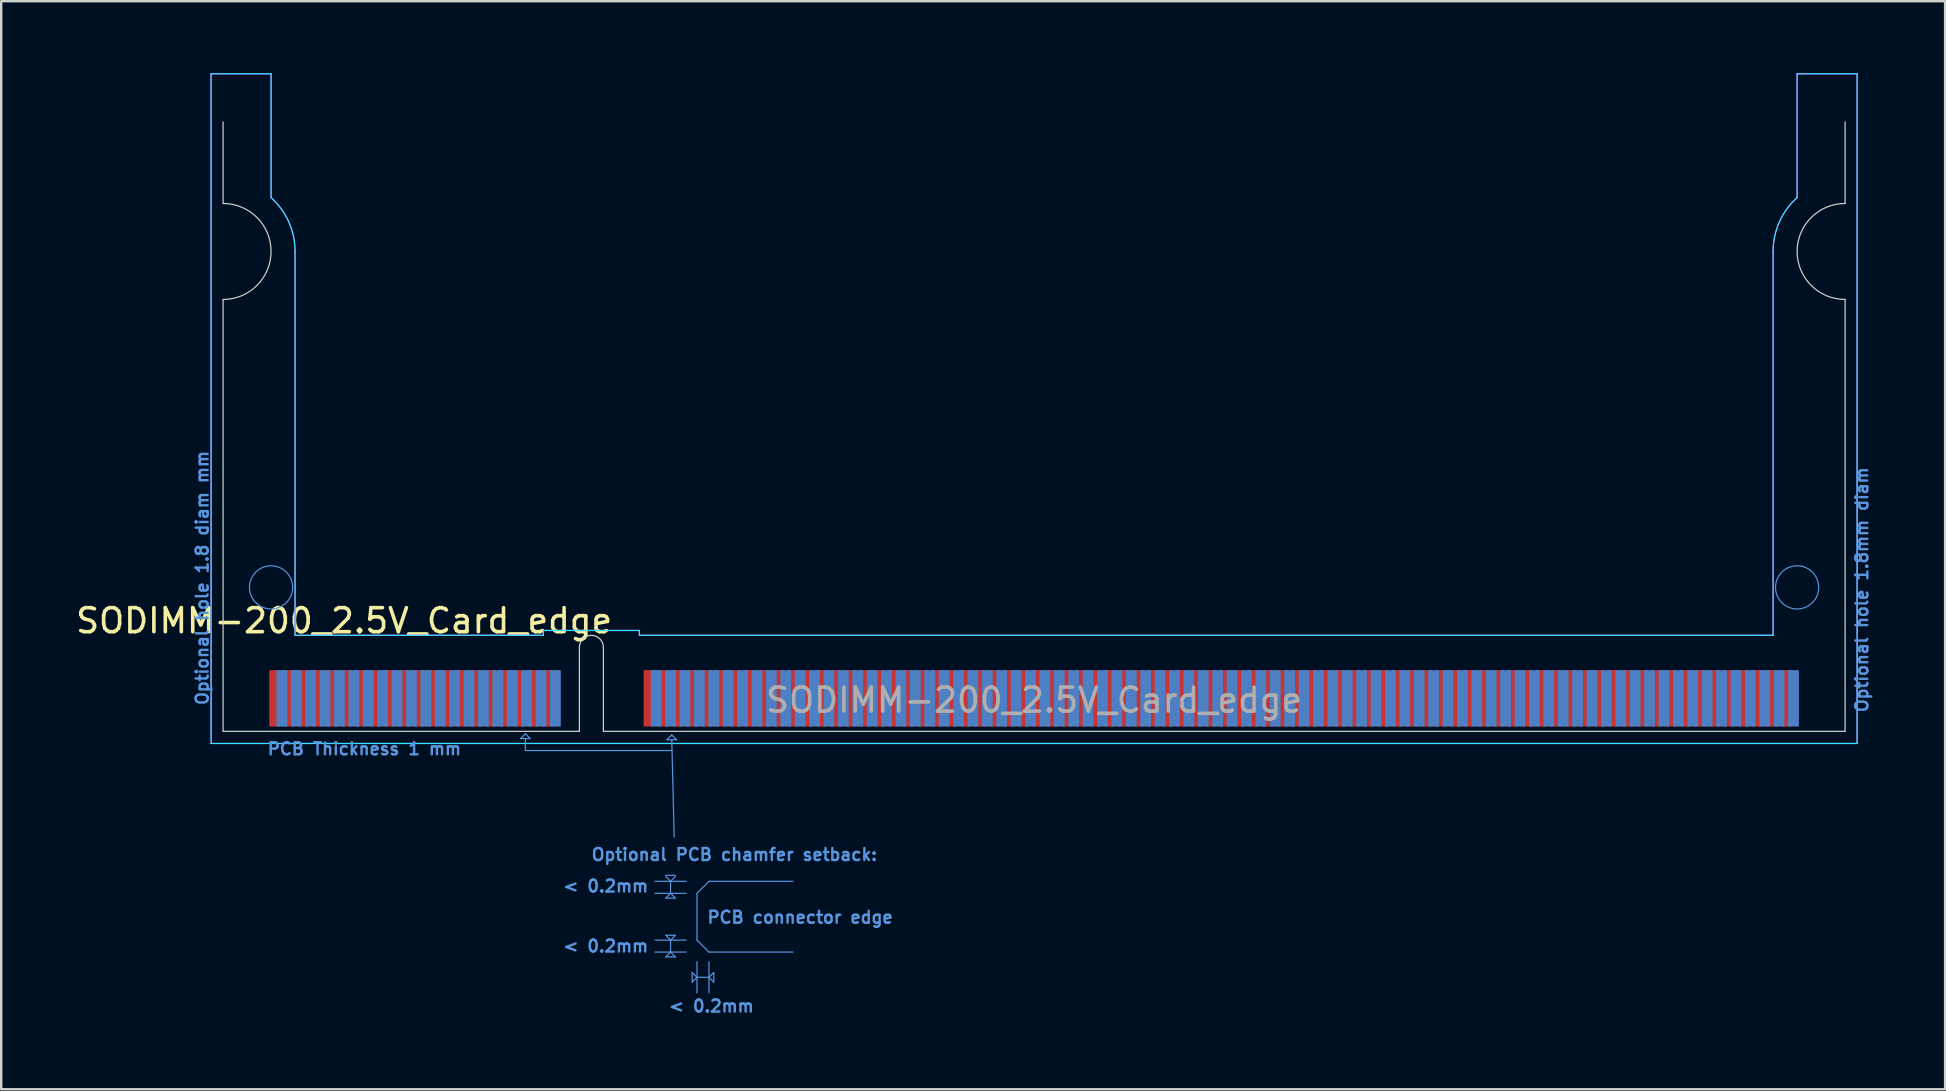
<source format=kicad_pcb>
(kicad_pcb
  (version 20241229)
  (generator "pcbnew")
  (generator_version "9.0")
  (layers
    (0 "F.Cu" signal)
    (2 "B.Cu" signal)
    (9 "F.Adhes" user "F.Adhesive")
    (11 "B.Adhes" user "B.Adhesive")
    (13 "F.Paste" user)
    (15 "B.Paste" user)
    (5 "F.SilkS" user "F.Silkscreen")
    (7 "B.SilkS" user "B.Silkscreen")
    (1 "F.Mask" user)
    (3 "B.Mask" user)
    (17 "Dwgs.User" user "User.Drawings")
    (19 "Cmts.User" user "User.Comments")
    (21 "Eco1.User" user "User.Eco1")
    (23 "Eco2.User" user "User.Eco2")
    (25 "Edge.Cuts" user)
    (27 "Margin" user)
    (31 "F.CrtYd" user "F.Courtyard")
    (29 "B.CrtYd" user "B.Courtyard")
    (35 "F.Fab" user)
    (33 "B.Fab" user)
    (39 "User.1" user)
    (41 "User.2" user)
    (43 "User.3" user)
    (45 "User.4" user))
  (footprint "SODIMM-200_2.5V_Card_edge"
    (layer "F.Cu")
    (at 8.397 26.055)
    (property "Reference" "SODIMM-200_2.5V_Card_edge" (at 2.895 -3.235 0) (layer "F.SilkS") (effects (font (size 1 1) (thickness 0.15))))
    (attr exclude_from_pos_files exclude_from_bom allow_soldermask_bridges)
    (fp_rect (start -0.352 -1.302) (end 12.7 1.302) (stroke (width 0) (type solid)) (fill yes) (layer "F.Mask"))
    (fp_rect (start 13.7 -1.302) (end 63.352 1.302) (stroke (width 0) (type solid)) (fill yes) (layer "F.Mask"))
    (fp_rect (start -0.052 -1.302) (end 12.7 1.302) (stroke (width 0) (type solid)) (fill yes) (layer "B.Mask"))
    (fp_rect (start 13.7 -1.302) (end 63.652 1.302) (stroke (width 0) (type solid)) (fill yes) (layer "B.Mask"))
    (fp_line (start 10.25 1.675) (end 10.45 1.475) (stroke (width 0.05) (type default)) (layer "Cmts.User"))
    (fp_line (start 10.45 1.475) (end 10.65 1.675) (stroke (width 0.05) (type default)) (layer "Cmts.User"))
    (fp_line (start 10.45 1.675) (end 10.45 2.175) (stroke (width 0.05) (type default)) (layer "Cmts.User"))
    (fp_line (start 10.45 2.175) (end 16.55 2.175) (stroke (width 0.05) (type default)) (layer "Cmts.User"))
    (fp_line (start 10.65 1.675) (end 10.25 1.675) (stroke (width 0.05) (type default)) (layer "Cmts.User"))
    (fp_line (start 15.85 7.625) (end 17.15 7.625) (stroke (width 0.05) (type default)) (layer "Cmts.User"))
    (fp_line (start 15.85 8.125) (end 17.15 8.125) (stroke (width 0.05) (type default)) (layer "Cmts.User"))
    (fp_line (start 15.85 10.075) (end 17.15 10.075) (stroke (width 0.05) (type default)) (layer "Cmts.User"))
    (fp_line (start 15.85 10.575) (end 17.15 10.575) (stroke (width 0.05) (type default)) (layer "Cmts.User"))
    (fp_line (start 16.3 7.375) (end 16.7 7.375) (stroke (width 0.05) (type default)) (layer "Cmts.User"))
    (fp_line (start 16.3 8.325) (end 16.5 8.125) (stroke (width 0.05) (type default)) (layer "Cmts.User"))
    (fp_line (start 16.3 9.875) (end 16.7 9.875) (stroke (width 0.05) (type default)) (layer "Cmts.User"))
    (fp_line (start 16.3 10.775) (end 16.5 10.575) (stroke (width 0.05) (type default)) (layer "Cmts.User"))
    (fp_line (start 16.35 1.725) (end 16.55 1.525) (stroke (width 0.05) (type default)) (layer "Cmts.User"))
    (fp_line (start 16.5 7.625) (end 16.3 7.425) (stroke (width 0.05) (type default)) (layer "Cmts.User"))
    (fp_line (start 16.5 8.125) (end 16.5 7.625) (stroke (width 0.05) (type default)) (layer "Cmts.User"))
    (fp_line (start 16.5 8.125) (end 16.7 8.325) (stroke (width 0.05) (type default)) (layer "Cmts.User"))
    (fp_line (start 16.5 10.075) (end 16.3 9.875) (stroke (width 0.05) (type default)) (layer "Cmts.User"))
    (fp_line (start 16.5 10.575) (end 16.5 10.075) (stroke (width 0.05) (type default)) (layer "Cmts.User"))
    (fp_line (start 16.5 10.575) (end 16.7 10.775) (stroke (width 0.05) (type default)) (layer "Cmts.User"))
    (fp_line (start 16.55 1.525) (end 16.75 1.725) (stroke (width 0.05) (type default)) (layer "Cmts.User"))
    (fp_line (start 16.55 1.725) (end 16.65 5.775) (stroke (width 0.05) (type default)) (layer "Cmts.User"))
    (fp_line (start 16.7 7.425) (end 16.5 7.625) (stroke (width 0.05) (type default)) (layer "Cmts.User"))
    (fp_line (start 16.7 8.325) (end 16.3 8.325) (stroke (width 0.05) (type default)) (layer "Cmts.User"))
    (fp_line (start 16.7 9.875) (end 16.5 10.075) (stroke (width 0.05) (type default)) (layer "Cmts.User"))
    (fp_line (start 16.7 10.775) (end 16.3 10.775) (stroke (width 0.05) (type default)) (layer "Cmts.User"))
    (fp_line (start 16.75 1.725) (end 16.35 1.725) (stroke (width 0.05) (type default)) (layer "Cmts.User"))
    (fp_line (start 17.4 11.425) (end 17.6 11.625) (stroke (width 0.05) (type default)) (layer "Cmts.User"))
    (fp_line (start 17.4 11.825) (end 17.4 11.425) (stroke (width 0.05) (type default)) (layer "Cmts.User"))
    (fp_line (start 17.6 8.125) (end 17.6 10.075) (stroke (width 0.05) (type default)) (layer "Cmts.User"))
    (fp_line (start 17.6 10.975) (end 17.6 12.275) (stroke (width 0.05) (type default)) (layer "Cmts.User"))
    (fp_line (start 17.6 11.625) (end 17.4 11.825) (stroke (width 0.05) (type default)) (layer "Cmts.User"))
    (fp_line (start 17.6 11.625) (end 18.1 11.625) (stroke (width 0.05) (type default)) (layer "Cmts.User"))
    (fp_line (start 18.1 7.625) (end 17.6 8.125) (stroke (width 0.05) (type default)) (layer "Cmts.User"))
    (fp_line (start 18.1 7.625) (end 21.6 7.625) (stroke (width 0.05) (type default)) (layer "Cmts.User"))
    (fp_line (start 18.1 10.575) (end 17.6 10.075) (stroke (width 0.05) (type default)) (layer "Cmts.User"))
    (fp_line (start 18.1 10.575) (end 21.6 10.575) (stroke (width 0.05) (type default)) (layer "Cmts.User"))
    (fp_line (start 18.1 10.975) (end 18.1 12.275) (stroke (width 0.05) (type default)) (layer "Cmts.User"))
    (fp_line (start 18.1 11.625) (end 18.3 11.425) (stroke (width 0.05) (type default)) (layer "Cmts.User"))
    (fp_line (start 18.3 11.425) (end 18.3 11.825) (stroke (width 0.05) (type default)) (layer "Cmts.User"))
    (fp_line (start 18.3 11.825) (end 18.1 11.625) (stroke (width 0.05) (type default)) (layer "Cmts.User"))
    (fp_circle (center -0.15 -4.625) (end 0.75 -4.625) (stroke (width 0.05) (type default)) (fill no) (layer "Cmts.User"))
    (fp_circle (center 63.45 -4.625) (end 64.35 -4.625) (stroke (width 0.05) (type default)) (fill no) (layer "Cmts.User"))
    (fp_line (start -2.15 -20.625) (end -2.15 -24.025) (stroke (width 0.05) (type default)) (layer "Edge.Cuts"))
    (fp_line (start -2.15 1.375) (end -2.15 -16.625) (stroke (width 0.05) (type solid)) (layer "Edge.Cuts"))
    (fp_line (start 12.7 1.375) (end -2.15 1.375) (stroke (width 0.05) (type default)) (layer "Edge.Cuts"))
    (fp_line (start 12.7 1.375) (end 12.7 -2.125) (stroke (width 0.05) (type solid)) (layer "Edge.Cuts"))
    (fp_line (start 13.7 -2.125) (end 13.7 1.375) (stroke (width 0.05) (type solid)) (layer "Edge.Cuts"))
    (fp_line (start 13.7 1.375) (end 65.45 1.375) (stroke (width 0.05) (type default)) (layer "Edge.Cuts"))
    (fp_line (start 65.45 -20.625) (end 65.45 -24.025) (stroke (width 0.05) (type default)) (layer "Edge.Cuts"))
    (fp_line (start 65.45 1.375) (end 65.45 -16.625) (stroke (width 0.05) (type solid)) (layer "Edge.Cuts"))
    (fp_arc (start -2.15 -20.625) (mid -0.15 -18.625) (end -2.15 -16.625) (stroke (width 0.05) (type solid)) (layer "Edge.Cuts"))
    (fp_arc (start 12.7 -2.125) (mid 13.2 -2.625) (end 13.7 -2.125) (stroke (width 0.05) (type solid)) (layer "Edge.Cuts"))
    (fp_arc (start 65.45 -16.625) (mid 63.45 -18.625) (end 65.45 -20.625) (stroke (width 0.05) (type solid)) (layer "Edge.Cuts"))
    (fp_line (start -2.65 -26.03) (end -2.65 1.88) (stroke (width 0.05) (type default)) (layer "B.CrtYd"))
    (fp_line (start -2.65 -26.03) (end -0.15 -26.03) (stroke (width 0.05) (type default)) (layer "B.CrtYd"))
    (fp_line (start -0.15 -20.87) (end -0.15 -26.03) (stroke (width 0.05) (type default)) (layer "B.CrtYd"))
    (fp_line (start 0.85 -18.63) (end 0.85 -2.63) (stroke (width 0.05) (type default)) (layer "B.CrtYd"))
    (fp_line (start 0.85 -2.63) (end 11.2 -2.63) (stroke (width 0.05) (type default)) (layer "B.CrtYd"))
    (fp_line (start 11.2 -2.83) (end 15.2 -2.83) (stroke (width 0.05) (type default)) (layer "B.CrtYd"))
    (fp_line (start 11.2 -2.63) (end 11.2 -2.83) (stroke (width 0.05) (type default)) (layer "B.CrtYd"))
    (fp_line (start 15.2 -2.83) (end 15.2 -2.63) (stroke (width 0.05) (type default)) (layer "B.CrtYd"))
    (fp_line (start 15.2 -2.63) (end 62.45 -2.63) (stroke (width 0.05) (type default)) (layer "B.CrtYd"))
    (fp_line (start 62.45 -18.63) (end 62.45 -2.63) (stroke (width 0.05) (type default)) (layer "B.CrtYd"))
    (fp_line (start 63.45 -20.87) (end 63.45 -26.03) (stroke (width 0.05) (type default)) (layer "B.CrtYd"))
    (fp_line (start 65.95 -26.03) (end 63.45 -26.03) (stroke (width 0.05) (type default)) (layer "B.CrtYd"))
    (fp_line (start 65.95 -26.03) (end 65.95 1.88) (stroke (width 0.05) (type default)) (layer "B.CrtYd"))
    (fp_line (start 65.95 1.88) (end -2.65 1.88) (stroke (width 0.05) (type default)) (layer "B.CrtYd"))
    (fp_arc (start -0.15 -20.87) (mid 0.588474 -19.856462) (end 0.85 -18.63) (stroke (width 0.05) (type default)) (layer "B.CrtYd"))
    (fp_arc (start 62.45 -18.63) (mid 62.711526 -19.856462) (end 63.45 -20.87) (stroke (width 0.05) (type default)) (layer "B.CrtYd"))
    (fp_line (start -2.65 -26.03) (end -2.65 1.88) (stroke (width 0.05) (type default)) (layer "F.CrtYd"))
    (fp_line (start -2.65 -26.03) (end -0.15 -26.03) (stroke (width 0.05) (type default)) (layer "F.CrtYd"))
    (fp_line (start -0.15 -20.87) (end -0.15 -26.03) (stroke (width 0.05) (type default)) (layer "F.CrtYd"))
    (fp_line (start 0.85 -2.63) (end 0.85 -18.63) (stroke (width 0.05) (type default)) (layer "F.CrtYd"))
    (fp_line (start 0.85 -2.63) (end 11.2 -2.63) (stroke (width 0.05) (type default)) (layer "F.CrtYd"))
    (fp_line (start 11.2 -2.83) (end 15.2 -2.83) (stroke (width 0.05) (type default)) (layer "F.CrtYd"))
    (fp_line (start 11.2 -2.63) (end 11.2 -2.83) (stroke (width 0.05) (type default)) (layer "F.CrtYd"))
    (fp_line (start 15.2 -2.83) (end 15.2 -2.63) (stroke (width 0.05) (type default)) (layer "F.CrtYd"))
    (fp_line (start 15.2 -2.63) (end 62.45 -2.63) (stroke (width 0.05) (type default)) (layer "F.CrtYd"))
    (fp_line (start 62.45 -2.63) (end 62.45 -18.63) (stroke (width 0.05) (type default)) (layer "F.CrtYd"))
    (fp_line (start 63.45 -20.87) (end 63.45 -26.03) (stroke (width 0.05) (type default)) (layer "F.CrtYd"))
    (fp_line (start 65.95 -26.03) (end 63.45 -26.03) (stroke (width 0.05) (type default)) (layer "F.CrtYd"))
    (fp_line (start 65.95 -26.03) (end 65.95 1.88) (stroke (width 0.05) (type default)) (layer "F.CrtYd"))
    (fp_line (start 65.95 1.88) (end -2.65 1.88) (stroke (width 0.05) (type default)) (layer "F.CrtYd"))
    (fp_arc (start -0.15 -20.87) (mid 0.588474 -19.856462) (end 0.85 -18.63) (stroke (width 0.05) (type default)) (layer "F.CrtYd"))
    (fp_arc (start 62.45 -18.63) (mid 62.711526 -19.856462) (end 63.45 -20.87) (stroke (width 0.05) (type default)) (layer "F.CrtYd"))
    (fp_text user "Optional PCB chamfer setback:" (at 19.16 6.51 180) (layer "Cmts.User") (effects (font (size 0.5 0.5) (thickness 0.1))))
    (fp_text user "< 0.2mm" (at 18.2 12.825 180) (layer "Cmts.User") (effects (font (size 0.5 0.5) (thickness 0.1))))
    (fp_text user "< 0.2mm" (at 13.8 7.825 180) (layer "Cmts.User") (effects (font (size 0.5 0.5) (thickness 0.1))))
    (fp_text user "Optional hole 1.8mm diam" (at 66.15 -4.53 90) (unlocked yes) (layer "Cmts.User") (effects (font (size 0.5 0.5) (thickness 0.1))))
    (fp_text user "PCB connector edge" (at 21.9 9.125 180) (layer "Cmts.User") (effects (font (size 0.5 0.5) (thickness 0.1))))
    (fp_text user "< 0.2mm" (at 13.8 10.325 180) (layer "Cmts.User") (effects (font (size 0.5 0.5) (thickness 0.1))))
    (fp_text user "Optional hole 1.8 diam mm" (at -3.02 -5.02 90) (unlocked yes) (layer "Cmts.User") (effects (font (size 0.5 0.5) (thickness 0.1))))
    (fp_text user "PCB Thickness 1 mm" (at 3.74 2.105 180) (layer "Cmts.User") (effects (font (size 0.5 0.5) (thickness 0.1))))
    (fp_text user "${REFERENCE}" (at 31.65 0.075 0) (layer "F.Fab") (effects (font (size 1 1) (thickness 0.15))))
    (pad "1" connect rect (at 0 0) (size 0.45 2.35) (layers "F.Cu" "F.Mask"))
    (pad "2" connect rect (at 0.3 0) (size 0.45 2.35) (layers "B.Cu" "B.Mask"))
    (pad "3" connect rect (at 0.6 0) (size 0.45 2.35) (layers "F.Cu" "F.Mask"))
    (pad "4" connect rect (at 0.9 0) (size 0.45 2.35) (layers "B.Cu" "B.Mask"))
    (pad "5" connect rect (at 1.2 0) (size 0.45 2.35) (layers "F.Cu" "F.Mask"))
    (pad "6" connect rect (at 1.5 0) (size 0.45 2.35) (layers "B.Cu" "B.Mask"))
    (pad "7" connect rect (at 1.8 0) (size 0.45 2.35) (layers "F.Cu" "F.Mask"))
    (pad "8" connect rect (at 2.1 0) (size 0.45 2.35) (layers "B.Cu" "B.Mask"))
    (pad "9" connect rect (at 2.4 0) (size 0.45 2.35) (layers "F.Cu" "F.Mask"))
    (pad "10" connect rect (at 2.7 0) (size 0.45 2.35) (layers "B.Cu" "B.Mask"))
    (pad "11" connect rect (at 3 0) (size 0.45 2.35) (layers "F.Cu" "F.Mask"))
    (pad "12" connect rect (at 3.3 0) (size 0.45 2.35) (layers "B.Cu" "B.Mask"))
    (pad "13" connect rect (at 3.6 0) (size 0.45 2.35) (layers "F.Cu" "F.Mask"))
    (pad "14" connect rect (at 3.9 0) (size 0.45 2.35) (layers "B.Cu" "B.Mask"))
    (pad "15" connect rect (at 4.2 0) (size 0.45 2.35) (layers "F.Cu" "F.Mask"))
    (pad "16" connect rect (at 4.5 0) (size 0.45 2.35) (layers "B.Cu" "B.Mask"))
    (pad "17" connect rect (at 4.8 0) (size 0.45 2.35) (layers "F.Cu" "F.Mask"))
    (pad "18" connect rect (at 5.1 0) (size 0.45 2.35) (layers "B.Cu" "B.Mask"))
    (pad "19" connect rect (at 5.4 0) (size 0.45 2.35) (layers "F.Cu" "F.Mask"))
    (pad "20" connect rect (at 5.7 0) (size 0.45 2.35) (layers "B.Cu" "B.Mask"))
    (pad "21" connect rect (at 6 0) (size 0.45 2.35) (layers "F.Cu" "F.Mask"))
    (pad "22" connect rect (at 6.3 0) (size 0.45 2.35) (layers "B.Cu" "B.Mask"))
    (pad "23" connect rect (at 6.6 0) (size 0.45 2.35) (layers "F.Cu" "F.Mask"))
    (pad "24" connect rect (at 6.9 0) (size 0.45 2.35) (layers "B.Cu" "B.Mask"))
    (pad "25" connect rect (at 7.2 0) (size 0.45 2.35) (layers "F.Cu" "F.Mask"))
    (pad "26" connect rect (at 7.5 0) (size 0.45 2.35) (layers "B.Cu" "B.Mask"))
    (pad "27" connect rect (at 7.8 0) (size 0.45 2.35) (layers "F.Cu" "F.Mask"))
    (pad "28" connect rect (at 8.1 0) (size 0.45 2.35) (layers "B.Cu" "B.Mask"))
    (pad "29" connect rect (at 8.4 0) (size 0.45 2.35) (layers "F.Cu" "F.Mask"))
    (pad "30" connect rect (at 8.7 0) (size 0.45 2.35) (layers "B.Cu" "B.Mask"))
    (pad "31" connect rect (at 9 0) (size 0.45 2.35) (layers "F.Cu" "F.Mask"))
    (pad "32" connect rect (at 9.3 0) (size 0.45 2.35) (layers "B.Cu" "B.Mask"))
    (pad "33" connect rect (at 9.6 0) (size 0.45 2.35) (layers "F.Cu" "F.Mask"))
    (pad "34" connect rect (at 9.9 0) (size 0.45 2.35) (layers "B.Cu" "B.Mask"))
    (pad "35" connect rect (at 10.2 0) (size 0.45 2.35) (layers "F.Cu" "F.Mask"))
    (pad "36" connect rect (at 10.5 0) (size 0.45 2.35) (layers "B.Cu" "B.Mask"))
    (pad "37" connect rect (at 10.8 0) (size 0.45 2.35) (layers "F.Cu" "F.Mask"))
    (pad "38" connect rect (at 11.1 0) (size 0.45 2.35) (layers "B.Cu" "B.Mask"))
    (pad "39" connect rect (at 11.4 0) (size 0.45 2.35) (layers "F.Cu" "F.Mask"))
    (pad "40" connect rect (at 11.7 0) (size 0.45 2.35) (layers "B.Cu" "B.Mask"))
    (pad "41" connect rect (at 15.6 0) (size 0.45 2.35) (layers "F.Cu" "F.Mask"))
    (pad "42" connect rect (at 15.9 0) (size 0.45 2.35) (layers "B.Cu" "B.Mask"))
    (pad "43" connect rect (at 16.2 0) (size 0.45 2.35) (layers "F.Cu" "F.Mask"))
    (pad "44" connect rect (at 16.5 0) (size 0.45 2.35) (layers "B.Cu" "B.Mask"))
    (pad "45" connect rect (at 16.8 0) (size 0.45 2.35) (layers "F.Cu" "F.Mask"))
    (pad "46" connect rect (at 17.1 0) (size 0.45 2.35) (layers "B.Cu" "B.Mask"))
    (pad "47" connect rect (at 17.4 0) (size 0.45 2.35) (layers "F.Cu" "F.Mask"))
    (pad "48" connect rect (at 17.7 0) (size 0.45 2.35) (layers "B.Cu" "B.Mask"))
    (pad "49" connect rect (at 18 0) (size 0.45 2.35) (layers "F.Cu" "F.Mask"))
    (pad "50" connect rect (at 18.3 0) (size 0.45 2.35) (layers "B.Cu" "B.Mask"))
    (pad "51" connect rect (at 18.6 0) (size 0.45 2.35) (layers "F.Cu" "F.Mask"))
    (pad "52" connect rect (at 18.9 0) (size 0.45 2.35) (layers "B.Cu" "B.Mask"))
    (pad "53" connect rect (at 19.2 0) (size 0.45 2.35) (layers "F.Cu" "F.Mask"))
    (pad "54" connect rect (at 19.5 0) (size 0.45 2.35) (layers "B.Cu" "B.Mask"))
    (pad "55" connect rect (at 19.8 0) (size 0.45 2.35) (layers "F.Cu" "F.Mask"))
    (pad "56" connect rect (at 20.1 0) (size 0.45 2.35) (layers "B.Cu" "B.Mask"))
    (pad "57" connect rect (at 20.4 0) (size 0.45 2.35) (layers "F.Cu" "F.Mask"))
    (pad "58" connect rect (at 20.7 0) (size 0.45 2.35) (layers "B.Cu" "B.Mask"))
    (pad "59" connect rect (at 21 0) (size 0.45 2.35) (layers "F.Cu" "F.Mask"))
    (pad "60" connect rect (at 21.3 0) (size 0.45 2.35) (layers "B.Cu" "B.Mask"))
    (pad "61" connect rect (at 21.6 0) (size 0.45 2.35) (layers "F.Cu" "F.Mask"))
    (pad "62" connect rect (at 21.9 0) (size 0.45 2.35) (layers "B.Cu" "B.Mask"))
    (pad "63" connect rect (at 22.2 0) (size 0.45 2.35) (layers "F.Cu" "F.Mask"))
    (pad "64" connect rect (at 22.5 0) (size 0.45 2.35) (layers "B.Cu" "B.Mask"))
    (pad "65" connect rect (at 22.8 0) (size 0.45 2.35) (layers "F.Cu" "F.Mask"))
    (pad "66" connect rect (at 23.1 0) (size 0.45 2.35) (layers "B.Cu" "B.Mask"))
    (pad "67" connect rect (at 23.4 0) (size 0.45 2.35) (layers "F.Cu" "F.Mask"))
    (pad "68" connect rect (at 23.7 0) (size 0.45 2.35) (layers "B.Cu" "B.Mask"))
    (pad "69" connect rect (at 24 0) (size 0.45 2.35) (layers "F.Cu" "F.Mask"))
    (pad "70" connect rect (at 24.3 0) (size 0.45 2.35) (layers "B.Cu" "B.Mask"))
    (pad "71" connect rect (at 24.6 0) (size 0.45 2.35) (layers "F.Cu" "F.Mask"))
    (pad "72" connect rect (at 24.9 0) (size 0.45 2.35) (layers "B.Cu" "B.Mask"))
    (pad "73" connect rect (at 25.2 0) (size 0.45 2.35) (layers "F.Cu" "F.Mask"))
    (pad "74" connect rect (at 25.5 0) (size 0.45 2.35) (layers "B.Cu" "B.Mask"))
    (pad "75" connect rect (at 25.8 0) (size 0.45 2.35) (layers "F.Cu" "F.Mask"))
    (pad "76" connect rect (at 26.1 0) (size 0.45 2.35) (layers "B.Cu" "B.Mask"))
    (pad "77" connect rect (at 26.4 0) (size 0.45 2.35) (layers "F.Cu" "F.Mask"))
    (pad "78" connect rect (at 26.7 0) (size 0.45 2.35) (layers "B.Cu" "B.Mask"))
    (pad "79" connect rect (at 27 0) (size 0.45 2.35) (layers "F.Cu" "F.Mask"))
    (pad "80" connect rect (at 27.3 0) (size 0.45 2.35) (layers "B.Cu" "B.Mask"))
    (pad "81" connect rect (at 27.6 0) (size 0.45 2.35) (layers "F.Cu" "F.Mask"))
    (pad "82" connect rect (at 27.9 0) (size 0.45 2.35) (layers "B.Cu" "B.Mask"))
    (pad "83" connect rect (at 28.2 0) (size 0.45 2.35) (layers "F.Cu" "F.Mask"))
    (pad "84" connect rect (at 28.5 0) (size 0.45 2.35) (layers "B.Cu" "B.Mask"))
    (pad "85" connect rect (at 28.8 0) (size 0.45 2.35) (layers "F.Cu" "F.Mask"))
    (pad "86" connect rect (at 29.1 0) (size 0.45 2.35) (layers "B.Cu" "B.Mask"))
    (pad "87" connect rect (at 29.4 0) (size 0.45 2.35) (layers "F.Cu" "F.Mask"))
    (pad "88" connect rect (at 29.7 0) (size 0.45 2.35) (layers "B.Cu" "B.Mask"))
    (pad "89" connect rect (at 30 0) (size 0.45 2.35) (layers "F.Cu" "F.Mask"))
    (pad "90" connect rect (at 30.3 0) (size 0.45 2.35) (layers "B.Cu" "B.Mask"))
    (pad "91" connect rect (at 30.6 0) (size 0.45 2.35) (layers "F.Cu" "F.Mask"))
    (pad "92" connect rect (at 30.9 0) (size 0.45 2.35) (layers "B.Cu" "B.Mask"))
    (pad "93" connect rect (at 31.2 0) (size 0.45 2.35) (layers "F.Cu" "F.Mask"))
    (pad "94" connect rect (at 31.5 0) (size 0.45 2.35) (layers "B.Cu" "B.Mask"))
    (pad "95" connect rect (at 31.8 0) (size 0.45 2.35) (layers "F.Cu" "F.Mask"))
    (pad "96" connect rect (at 32.1 0) (size 0.45 2.35) (layers "B.Cu" "B.Mask"))
    (pad "97" connect rect (at 32.4 0) (size 0.45 2.35) (layers "F.Cu" "F.Mask"))
    (pad "98" connect rect (at 32.7 0) (size 0.45 2.35) (layers "B.Cu" "B.Mask"))
    (pad "99" connect rect (at 33 0) (size 0.45 2.35) (layers "F.Cu" "F.Mask"))
    (pad "100" connect rect (at 33.3 0) (size 0.45 2.35) (layers "B.Cu" "B.Mask"))
    (pad "101" connect rect (at 33.6 0) (size 0.45 2.35) (layers "F.Cu" "F.Mask"))
    (pad "102" connect rect (at 33.9 0) (size 0.45 2.35) (layers "B.Cu" "B.Mask"))
    (pad "103" connect rect (at 34.2 0) (size 0.45 2.35) (layers "F.Cu" "F.Mask"))
    (pad "104" connect rect (at 34.5 0) (size 0.45 2.35) (layers "B.Cu" "B.Mask"))
    (pad "105" connect rect (at 34.8 0) (size 0.45 2.35) (layers "F.Cu" "F.Mask"))
    (pad "106" connect rect (at 35.1 0) (size 0.45 2.35) (layers "B.Cu" "B.Mask"))
    (pad "107" connect rect (at 35.4 0) (size 0.45 2.35) (layers "F.Cu" "F.Mask"))
    (pad "108" connect rect (at 35.7 0) (size 0.45 2.35) (layers "B.Cu" "B.Mask"))
    (pad "109" connect rect (at 36 0) (size 0.45 2.35) (layers "F.Cu" "F.Mask"))
    (pad "110" connect rect (at 36.3 0) (size 0.45 2.35) (layers "B.Cu" "B.Mask"))
    (pad "111" connect rect (at 36.6 0) (size 0.45 2.35) (layers "F.Cu" "F.Mask"))
    (pad "112" connect rect (at 36.9 0) (size 0.45 2.35) (layers "B.Cu" "B.Mask"))
    (pad "113" connect rect (at 37.2 0) (size 0.45 2.35) (layers "F.Cu" "F.Mask"))
    (pad "114" connect rect (at 37.5 0) (size 0.45 2.35) (layers "B.Cu" "B.Mask"))
    (pad "115" connect rect (at 37.8 0) (size 0.45 2.35) (layers "F.Cu" "F.Mask"))
    (pad "116" connect rect (at 38.1 0) (size 0.45 2.35) (layers "B.Cu" "B.Mask"))
    (pad "117" connect rect (at 38.4 0) (size 0.45 2.35) (layers "F.Cu" "F.Mask"))
    (pad "118" connect rect (at 38.7 0) (size 0.45 2.35) (layers "B.Cu" "B.Mask"))
    (pad "119" connect rect (at 39 0) (size 0.45 2.35) (layers "F.Cu" "F.Mask"))
    (pad "120" connect rect (at 39.3 0) (size 0.45 2.35) (layers "B.Cu" "B.Mask"))
    (pad "121" connect rect (at 39.6 0) (size 0.45 2.35) (layers "F.Cu" "F.Mask"))
    (pad "122" connect rect (at 39.9 0) (size 0.45 2.35) (layers "B.Cu" "B.Mask"))
    (pad "123" connect rect (at 40.2 0) (size 0.45 2.35) (layers "F.Cu" "F.Mask"))
    (pad "124" connect rect (at 40.5 0) (size 0.45 2.35) (layers "B.Cu" "B.Mask"))
    (pad "125" connect rect (at 40.8 0) (size 0.45 2.35) (layers "F.Cu" "F.Mask"))
    (pad "126" connect rect (at 41.1 0) (size 0.45 2.35) (layers "B.Cu" "B.Mask"))
    (pad "127" connect rect (at 41.4 0) (size 0.45 2.35) (layers "F.Cu" "F.Mask"))
    (pad "128" connect rect (at 41.7 0) (size 0.45 2.35) (layers "B.Cu" "B.Mask"))
    (pad "129" connect rect (at 42 0) (size 0.45 2.35) (layers "F.Cu" "F.Mask"))
    (pad "130" connect rect (at 42.3 0) (size 0.45 2.35) (layers "B.Cu" "B.Mask"))
    (pad "131" connect rect (at 42.6 0) (size 0.45 2.35) (layers "F.Cu" "F.Mask"))
    (pad "132" connect rect (at 42.9 0) (size 0.45 2.35) (layers "B.Cu" "B.Mask"))
    (pad "133" connect rect (at 43.2 0) (size 0.45 2.35) (layers "F.Cu" "F.Mask"))
    (pad "134" connect rect (at 43.5 0) (size 0.45 2.35) (layers "B.Cu" "B.Mask"))
    (pad "135" connect rect (at 43.8 0) (size 0.45 2.35) (layers "F.Cu" "F.Mask"))
    (pad "136" connect rect (at 44.1 0) (size 0.45 2.35) (layers "B.Cu" "B.Mask"))
    (pad "137" connect rect (at 44.4 0) (size 0.45 2.35) (layers "F.Cu" "F.Mask"))
    (pad "138" connect rect (at 44.7 0) (size 0.45 2.35) (layers "B.Cu" "B.Mask"))
    (pad "139" connect rect (at 45 0) (size 0.45 2.35) (layers "F.Cu" "F.Mask"))
    (pad "140" connect rect (at 45.3 0) (size 0.45 2.35) (layers "B.Cu" "B.Mask"))
    (pad "141" connect rect (at 45.6 0) (size 0.45 2.35) (layers "F.Cu" "F.Mask"))
    (pad "142" connect rect (at 45.9 0) (size 0.45 2.35) (layers "B.Cu" "B.Mask"))
    (pad "143" connect rect (at 46.2 0) (size 0.45 2.35) (layers "F.Cu" "F.Mask"))
    (pad "144" connect rect (at 46.5 0) (size 0.45 2.35) (layers "B.Cu" "B.Mask"))
    (pad "145" connect rect (at 46.8 0) (size 0.45 2.35) (layers "F.Cu" "F.Mask"))
    (pad "146" connect rect (at 47.1 0) (size 0.45 2.35) (layers "B.Cu" "B.Mask"))
    (pad "147" connect rect (at 47.4 0) (size 0.45 2.35) (layers "F.Cu" "F.Mask"))
    (pad "148" connect rect (at 47.7 0) (size 0.45 2.35) (layers "B.Cu" "B.Mask"))
    (pad "149" connect rect (at 48 0) (size 0.45 2.35) (layers "F.Cu" "F.Mask"))
    (pad "150" connect rect (at 48.3 0) (size 0.45 2.35) (layers "B.Cu" "B.Mask"))
    (pad "151" connect rect (at 48.6 0) (size 0.45 2.35) (layers "F.Cu" "F.Mask"))
    (pad "152" connect rect (at 48.9 0) (size 0.45 2.35) (layers "B.Cu" "B.Mask"))
    (pad "153" connect rect (at 49.2 0) (size 0.45 2.35) (layers "F.Cu" "F.Mask"))
    (pad "154" connect rect (at 49.5 0) (size 0.45 2.35) (layers "B.Cu" "B.Mask"))
    (pad "155" connect rect (at 49.8 0) (size 0.45 2.35) (layers "F.Cu" "F.Mask"))
    (pad "156" connect rect (at 50.1 0) (size 0.45 2.35) (layers "B.Cu" "B.Mask"))
    (pad "157" connect rect (at 50.4 0) (size 0.45 2.35) (layers "F.Cu" "F.Mask"))
    (pad "158" connect rect (at 50.7 0) (size 0.45 2.35) (layers "B.Cu" "B.Mask"))
    (pad "159" connect rect (at 51 0) (size 0.45 2.35) (layers "F.Cu" "F.Mask"))
    (pad "160" connect rect (at 51.3 0) (size 0.45 2.35) (layers "B.Cu" "B.Mask"))
    (pad "161" connect rect (at 51.6 0) (size 0.45 2.35) (layers "F.Cu" "F.Mask"))
    (pad "162" connect rect (at 51.9 0) (size 0.45 2.35) (layers "B.Cu" "B.Mask"))
    (pad "163" connect rect (at 52.2 0) (size 0.45 2.35) (layers "F.Cu" "F.Mask"))
    (pad "164" connect rect (at 52.5 0) (size 0.45 2.35) (layers "B.Cu" "B.Mask"))
    (pad "165" connect rect (at 52.8 0) (size 0.45 2.35) (layers "F.Cu" "F.Mask"))
    (pad "166" connect rect (at 53.1 0) (size 0.45 2.35) (layers "B.Cu" "B.Mask"))
    (pad "167" connect rect (at 53.4 0) (size 0.45 2.35) (layers "F.Cu" "F.Mask"))
    (pad "168" connect rect (at 53.7 0) (size 0.45 2.35) (layers "B.Cu" "B.Mask"))
    (pad "169" connect rect (at 54 0) (size 0.45 2.35) (layers "F.Cu" "F.Mask"))
    (pad "170" connect rect (at 54.3 0) (size 0.45 2.35) (layers "B.Cu" "B.Mask"))
    (pad "171" connect rect (at 54.6 0) (size 0.45 2.35) (layers "F.Cu" "F.Mask"))
    (pad "172" connect rect (at 54.9 0) (size 0.45 2.35) (layers "B.Cu" "B.Mask"))
    (pad "173" connect rect (at 55.2 0) (size 0.45 2.35) (layers "F.Cu" "F.Mask"))
    (pad "174" connect rect (at 55.5 0) (size 0.45 2.35) (layers "B.Cu" "B.Mask"))
    (pad "175" connect rect (at 55.8 0) (size 0.45 2.35) (layers "F.Cu" "F.Mask"))
    (pad "176" connect rect (at 56.1 0) (size 0.45 2.35) (layers "B.Cu" "B.Mask"))
    (pad "177" connect rect (at 56.4 0) (size 0.45 2.35) (layers "F.Cu" "F.Mask"))
    (pad "178" connect rect (at 56.7 0) (size 0.45 2.35) (layers "B.Cu" "B.Mask"))
    (pad "179" connect rect (at 57 0) (size 0.45 2.35) (layers "F.Cu" "F.Mask"))
    (pad "180" connect rect (at 57.3 0) (size 0.45 2.35) (layers "B.Cu" "B.Mask"))
    (pad "181" connect rect (at 57.6 0) (size 0.45 2.35) (layers "F.Cu" "F.Mask"))
    (pad "182" connect rect (at 57.9 0) (size 0.45 2.35) (layers "B.Cu" "B.Mask"))
    (pad "183" connect rect (at 58.2 0) (size 0.45 2.35) (layers "F.Cu" "F.Mask"))
    (pad "184" connect rect (at 58.5 0) (size 0.45 2.35) (layers "B.Cu" "B.Mask"))
    (pad "185" connect rect (at 58.8 0) (size 0.45 2.35) (layers "F.Cu" "F.Mask"))
    (pad "186" connect rect (at 59.1 0) (size 0.45 2.35) (layers "B.Cu" "B.Mask"))
    (pad "187" connect rect (at 59.4 0) (size 0.45 2.35) (layers "F.Cu" "F.Mask"))
    (pad "188" connect rect (at 59.7 0) (size 0.45 2.35) (layers "B.Cu" "B.Mask"))
    (pad "189" connect rect (at 60 0) (size 0.45 2.35) (layers "F.Cu" "F.Mask"))
    (pad "190" connect rect (at 60.3 0) (size 0.45 2.35) (layers "B.Cu" "B.Mask"))
    (pad "191" connect rect (at 60.6 0) (size 0.45 2.35) (layers "F.Cu" "F.Mask"))
    (pad "192" connect rect (at 60.9 0) (size 0.45 2.35) (layers "B.Cu" "B.Mask"))
    (pad "193" connect rect (at 61.2 0) (size 0.45 2.35) (layers "F.Cu" "F.Mask"))
    (pad "194" connect rect (at 61.5 0) (size 0.45 2.35) (layers "B.Cu" "B.Mask"))
    (pad "195" connect rect (at 61.8 0) (size 0.45 2.35) (layers "F.Cu" "F.Mask"))
    (pad "196" connect rect (at 62.1 0) (size 0.45 2.35) (layers "B.Cu" "B.Mask"))
    (pad "197" connect rect (at 62.4 0) (size 0.45 2.35) (layers "F.Cu" "F.Mask"))
    (pad "198" connect rect (at 62.7 0) (size 0.45 2.35) (layers "B.Cu" "B.Mask"))
    (pad "199" connect rect (at 63 0) (size 0.45 2.35) (layers "F.Cu" "F.Mask"))
    (pad "200" connect rect (at 63.3 0) (size 0.45 2.35) (layers "B.Cu" "B.Mask"))
    (zone (net_name "") (layers "F.Cu" "B.Cu") (hatch edge 0.5) (connect_pads) (min_thickness 0.25) (filled_areas_thickness no) (keepout (tracks not_allowed) (vias not_allowed) (pads not_allowed) (copperpour not_allowed) (footprints allowed)) (placement (enabled no)) (fill) (polygon (pts (xy 6.247 13.455) (xy 8.247 13.455) (xy 8.247 7.43) (xy 6.247 7.43))))
    (zone (net_name "") (layers "F.Cu" "B.Cu") (hatch edge 0.5) (connect_pads) (min_thickness 0.25) (filled_areas_thickness no) (keepout (tracks not_allowed) (vias not_allowed) (pads not_allowed) (copperpour not_allowed) (footprints allowed)) (placement (enabled no)) (fill) (polygon (pts (xy 6.247 24.88) (xy 8.122 24.88) (xy 8.122 27.43) (xy 6.247 27.43))))
    (zone (net_name "") (layers "F.Cu" "B.Cu") (hatch edge 0.5) (connect_pads) (min_thickness 0.25) (filled_areas_thickness no) (keepout (tracks not_allowed) (vias not_allowed) (pads not_allowed) (copperpour not_allowed) (footprints allowed)) (placement (enabled no)) (fill) (polygon (pts (xy 6.247 27.43) (xy 7.247 27.43) (xy 7.247 13.455) (xy 6.247 13.455))))
    (zone (net_name "") (layers "F.Cu" "B.Cu") (hatch edge 0.5) (connect_pads) (min_thickness 0.25) (filled_areas_thickness no) (keepout (tracks not_allowed) (vias not_allowed) (pads not_allowed) (copperpour not_allowed) (footprints allowed)) (placement (enabled no)) (fill) (polygon (pts (xy 20.372 24.88) (xy 23.747 24.88) (xy 23.747 27.43) (xy 20.372 27.43))))
    (zone (net_name "") (layers "F.Cu" "B.Cu") (hatch edge 0.5) (connect_pads) (min_thickness 0.25) (filled_areas_thickness no) (keepout (tracks not_allowed) (vias not_allowed) (pads not_allowed) (copperpour not_allowed) (footprints allowed)) (placement (enabled no)) (fill) (polygon (pts (xy 71.847 13.455) (xy 73.847 13.455) (xy 73.847 7.43) (xy 71.847 7.43))))
    (zone (net_name "") (layers "F.Cu" "B.Cu") (hatch edge 0.5) (connect_pads) (min_thickness 0.25) (filled_areas_thickness no) (keepout (tracks not_allowed) (vias not_allowed) (pads not_allowed) (copperpour not_allowed) (footprints allowed)) (placement (enabled no)) (fill) (polygon (pts (xy 71.972 24.88) (xy 73.847 24.88) (xy 73.847 27.43) (xy 71.972 27.43))))
    (zone (net_name "") (layers "F.Cu" "B.Cu") (hatch edge 0.5) (connect_pads) (min_thickness 0.25) (filled_areas_thickness no) (keepout (tracks not_allowed) (vias not_allowed) (pads not_allowed) (copperpour not_allowed) (footprints allowed)) (placement (enabled no)) (fill) (polygon (pts (xy 72.847 27.43) (xy 73.847 27.43) (xy 73.847 13.455) (xy 72.847 13.455))))
    (zone (net_name "") (layer "In1.Cu") (hatch edge 0.5) (connect_pads) (min_thickness 0.25) (filled_areas_thickness no) (keepout (tracks not_allowed) (vias not_allowed) (pads not_allowed) (copperpour not_allowed) (footprints allowed)) (placement (enabled no)) (fill) (polygon (pts (xy 6.247 9.93) (xy 8.247 9.93) (xy 8.247 7.43) (xy 6.247 7.43))))
    (zone (net_name "") (layer "In1.Cu") (hatch edge 0.5) (connect_pads) (min_thickness 0.25) (filled_areas_thickness no) (keepout (tracks not_allowed) (vias not_allowed) (pads not_allowed) (copperpour not_allowed) (footprints allowed)) (placement (enabled no)) (fill) (polygon (pts (xy 6.247 27.43) (xy 6.247 26.43) (xy 73.847 26.43) (xy 73.847 27.43))))
    (zone (net_name "") (layer "In1.Cu") (hatch edge 0.5) (connect_pads) (min_thickness 0.25) (filled_areas_thickness no) (keepout (tracks not_allowed) (vias not_allowed) (pads not_allowed) (copperpour not_allowed) (footprints allowed)) (placement (enabled no)) (fill) (polygon (pts (xy 6.247 27.43) (xy 6.747 27.43) (xy 6.747 9.93) (xy 6.247 9.93))))
    (zone (net_name "") (layer "In1.Cu") (hatch edge 0.5) (connect_pads) (min_thickness 0.25) (filled_areas_thickness no) (keepout (tracks not_allowed) (vias not_allowed) (pads not_allowed) (copperpour not_allowed) (footprints allowed)) (placement (enabled no)) (fill) (polygon (pts (xy 71.847 9.93) (xy 73.847 9.93) (xy 73.847 7.43) (xy 71.847 7.43))))
    (zone (net_name "") (layer "In1.Cu") (hatch edge 0.5) (connect_pads) (min_thickness 0.25) (filled_areas_thickness no) (keepout (tracks not_allowed) (vias not_allowed) (pads not_allowed) (copperpour not_allowed) (footprints allowed)) (placement (enabled no)) (fill) (polygon (pts (xy 73.347 27.43) (xy 73.847 27.43) (xy 73.847 9.93) (xy 73.347 9.93)))))
  (gr_rect
    (start -3 -3)
    (end 78.015 42.348)
    (stroke (width 0.1) (type default))
    (fill no)
    (layer "Edge.Cuts")))
</source>
